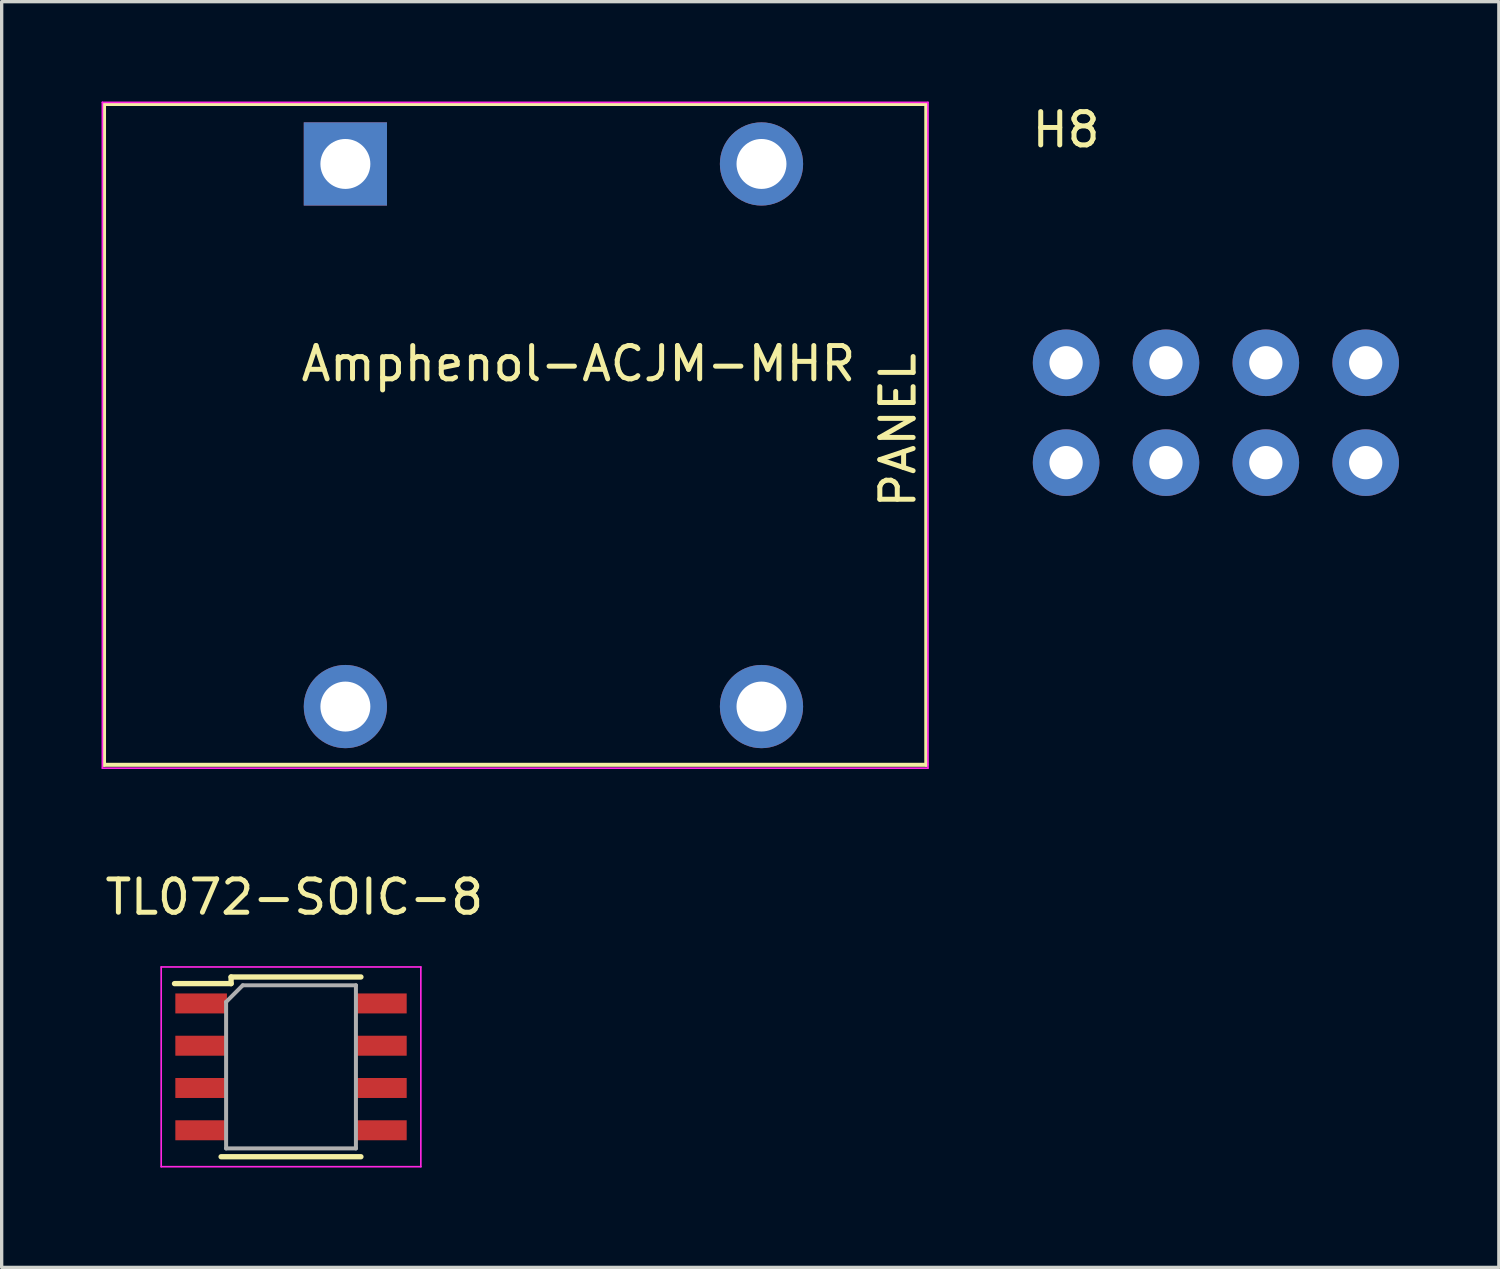
<source format=kicad_pcb>
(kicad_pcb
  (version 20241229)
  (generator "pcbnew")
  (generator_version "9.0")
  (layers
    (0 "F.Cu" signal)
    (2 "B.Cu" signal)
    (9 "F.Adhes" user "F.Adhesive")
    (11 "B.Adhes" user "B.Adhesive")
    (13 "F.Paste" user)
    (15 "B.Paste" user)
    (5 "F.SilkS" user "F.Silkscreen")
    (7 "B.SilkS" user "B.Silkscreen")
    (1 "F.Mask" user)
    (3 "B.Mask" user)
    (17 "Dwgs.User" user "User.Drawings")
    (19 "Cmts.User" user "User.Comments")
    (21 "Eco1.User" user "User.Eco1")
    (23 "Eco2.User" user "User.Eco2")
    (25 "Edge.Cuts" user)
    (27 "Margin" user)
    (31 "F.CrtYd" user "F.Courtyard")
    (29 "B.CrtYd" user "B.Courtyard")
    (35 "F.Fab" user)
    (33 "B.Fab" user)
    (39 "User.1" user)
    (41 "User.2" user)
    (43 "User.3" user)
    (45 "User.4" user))
  (footprint "TL072-SOIC-8"
    (layer "F.Cu")
    (at 5.692 28.998)
    (property "Reference" "TL072-SOIC-8" (at 0.1 -5.1 180) (layer "F.SilkS") (effects (font (size 1 1) (thickness 0.15))))
    (attr smd)
    (fp_line (start -1.8 -2.7) (end -1.8 -2.5) (stroke (width 0.16) (type solid)) (layer "F.SilkS"))
    (fp_line (start -1.8 -2.5) (end -3.5 -2.5) (stroke (width 0.16) (type solid)) (layer "F.SilkS"))
    (fp_line (start 2.1 -2.7) (end -1.8 -2.7) (stroke (width 0.16) (type solid)) (layer "F.SilkS"))
    (fp_line (start 2.1 2.7) (end -2.1 2.7) (stroke (width 0.16) (type solid)) (layer "F.SilkS"))
    (fp_line (start -3.9 -3) (end -3.9 3) (stroke (width 0.05) (type solid)) (layer "F.CrtYd"))
    (fp_line (start -3.9 3) (end 3.9 3) (stroke (width 0.05) (type solid)) (layer "F.CrtYd"))
    (fp_line (start 3.9 -3) (end -3.9 -3) (stroke (width 0.05) (type solid)) (layer "F.CrtYd"))
    (fp_line (start 3.9 3) (end 3.9 -3) (stroke (width 0.05) (type solid)) (layer "F.CrtYd"))
    (fp_line (start -1.95 -1.95) (end -1.95 2.45) (stroke (width 0.12) (type solid)) (layer "F.Fab"))
    (fp_line (start -1.95 -1.95) (end -1.45 -2.45) (stroke (width 0.12) (type solid)) (layer "F.Fab"))
    (fp_line (start -1.95 2.45) (end 1.95 2.45) (stroke (width 0.12) (type solid)) (layer "F.Fab"))
    (fp_line (start -1.45 -2.45) (end 1.95 -2.45) (stroke (width 0.12) (type solid)) (layer "F.Fab"))
    (fp_line (start 1.95 2.45) (end 1.95 -2.45) (stroke (width 0.12) (type solid)) (layer "F.Fab"))
    (pad "1" smd rect (at -2.7 -1.905) (size 1.55 0.6) (layers "F.Cu" "F.Mask" "F.Paste"))
    (pad "2" smd rect (at -2.7 -0.635) (size 1.55 0.6) (layers "F.Cu" "F.Mask" "F.Paste"))
    (pad "3" smd rect (at -2.7 0.635) (size 1.55 0.6) (layers "F.Cu" "F.Mask" "F.Paste"))
    (pad "4" smd rect (at -2.7 1.905) (size 1.55 0.6) (layers "F.Cu" "F.Mask" "F.Paste"))
    (pad "5" smd rect (at 2.7 1.905) (size 1.55 0.6) (layers "F.Cu" "F.Mask" "F.Paste"))
    (pad "6" smd rect (at 2.7 0.635) (size 1.55 0.6) (layers "F.Cu" "F.Mask" "F.Paste"))
    (pad "7" smd rect (at 2.7 -0.635) (size 1.55 0.6) (layers "F.Cu" "F.Mask" "F.Paste"))
    (pad "8" smd rect (at 2.7 -1.905) (size 1.55 0.6) (layers "F.Cu" "F.Mask" "F.Paste")))
  (footprint "H8"
    (layer "F.Cu")
    (at 28.975 7.848)
    (property "Reference" "H8" (at 0 -7 0) (layer "F.SilkS") (effects (font (size 1 1) (thickness 0.15))))
    (attr through_hole)
    (pad "1" thru_hole circle (at 0 0) (size 2 2) (drill 1) (layers "*.Cu" "*.Mask"))
    (pad "2" thru_hole circle (at 3 0) (size 2 2) (drill 1) (layers "*.Cu" "*.Mask"))
    (pad "3" thru_hole circle (at 6 0) (size 2 2) (drill 1) (layers "*.Cu" "*.Mask"))
    (pad "4" thru_hole circle (at 9 0) (size 2 2) (drill 1) (layers "*.Cu" "*.Mask"))
    (pad "5" thru_hole circle (at 0 3) (size 2 2) (drill 1) (layers "*.Cu" "*.Mask"))
    (pad "6" thru_hole circle (at 3 3) (size 2 2) (drill 1) (layers "*.Cu" "*.Mask"))
    (pad "7" thru_hole circle (at 6 3) (size 2 2) (drill 1) (layers "*.Cu" "*.Mask"))
    (pad "8" thru_hole circle (at 9 3) (size 2 2) (drill 1) (layers "*.Cu" "*.Mask")))
  (footprint "Amphenol-ACJM-MHR"
    (layer "F.Cu")
    (at 7.325 1.875)
    (property "Reference" "Amphenol-ACJM-MHR" (at 7 6 0) (layer "F.SilkS") (effects (font (size 1 1) (thickness 0.15))))
    (attr through_hole)
    (fp_line (start -7.25 -1.8) (end 17.45 -1.8) (stroke (width 0.12) (type solid)) (layer "F.SilkS"))
    (fp_line (start -7.25 18.05) (end -7.25 -1.8) (stroke (width 0.12) (type solid)) (layer "F.SilkS"))
    (fp_line (start 17.45 -1.8) (end 17.45 18.05) (stroke (width 0.12) (type solid)) (layer "F.SilkS"))
    (fp_line (start 17.45 18.05) (end -7.25 18.05) (stroke (width 0.12) (type solid)) (layer "F.SilkS"))
    (fp_line (start -7.3 -1.85) (end -7.3 18.15) (stroke (width 0.05) (type solid)) (layer "F.CrtYd"))
    (fp_line (start -7.3 -1.85) (end 17.5 -1.85) (stroke (width 0.05) (type solid)) (layer "F.CrtYd"))
    (fp_line (start -7.3 18.15) (end 17.5 18.15) (stroke (width 0.05) (type solid)) (layer "F.CrtYd"))
    (fp_line (start 17.5 -1.85) (end 17.5 18.15) (stroke (width 0.05) (type solid)) (layer "F.CrtYd"))
    (fp_text user "PANEL" (at 16.6 8 90) (layer "F.SilkS") (effects (font (size 1 1) (thickness 0.15))))
    (pad "S" thru_hole circle (at 12.5 0) (size 2.5 2.5) (drill 1.5) (layers "*.Cu" "*.Mask"))
    (pad "SN" thru_hole circle (at 12.5 16.3) (size 2.5 2.5) (drill 1.5) (layers "*.Cu" "*.Mask"))
    (pad "T" thru_hole rect (at 0 0) (size 2.5 2.5) (drill 1.5) (layers "*.Cu" "*.Mask"))
    (pad "TN" thru_hole circle (at 0 16.3) (size 2.5 2.5) (drill 1.5) (layers "*.Cu" "*.Mask")))
  (gr_rect
    (start -3 -3)
    (end 41.975 35.023)
    (stroke (width 0.1) (type default))
    (fill no)
    (layer "Edge.Cuts")))
</source>
